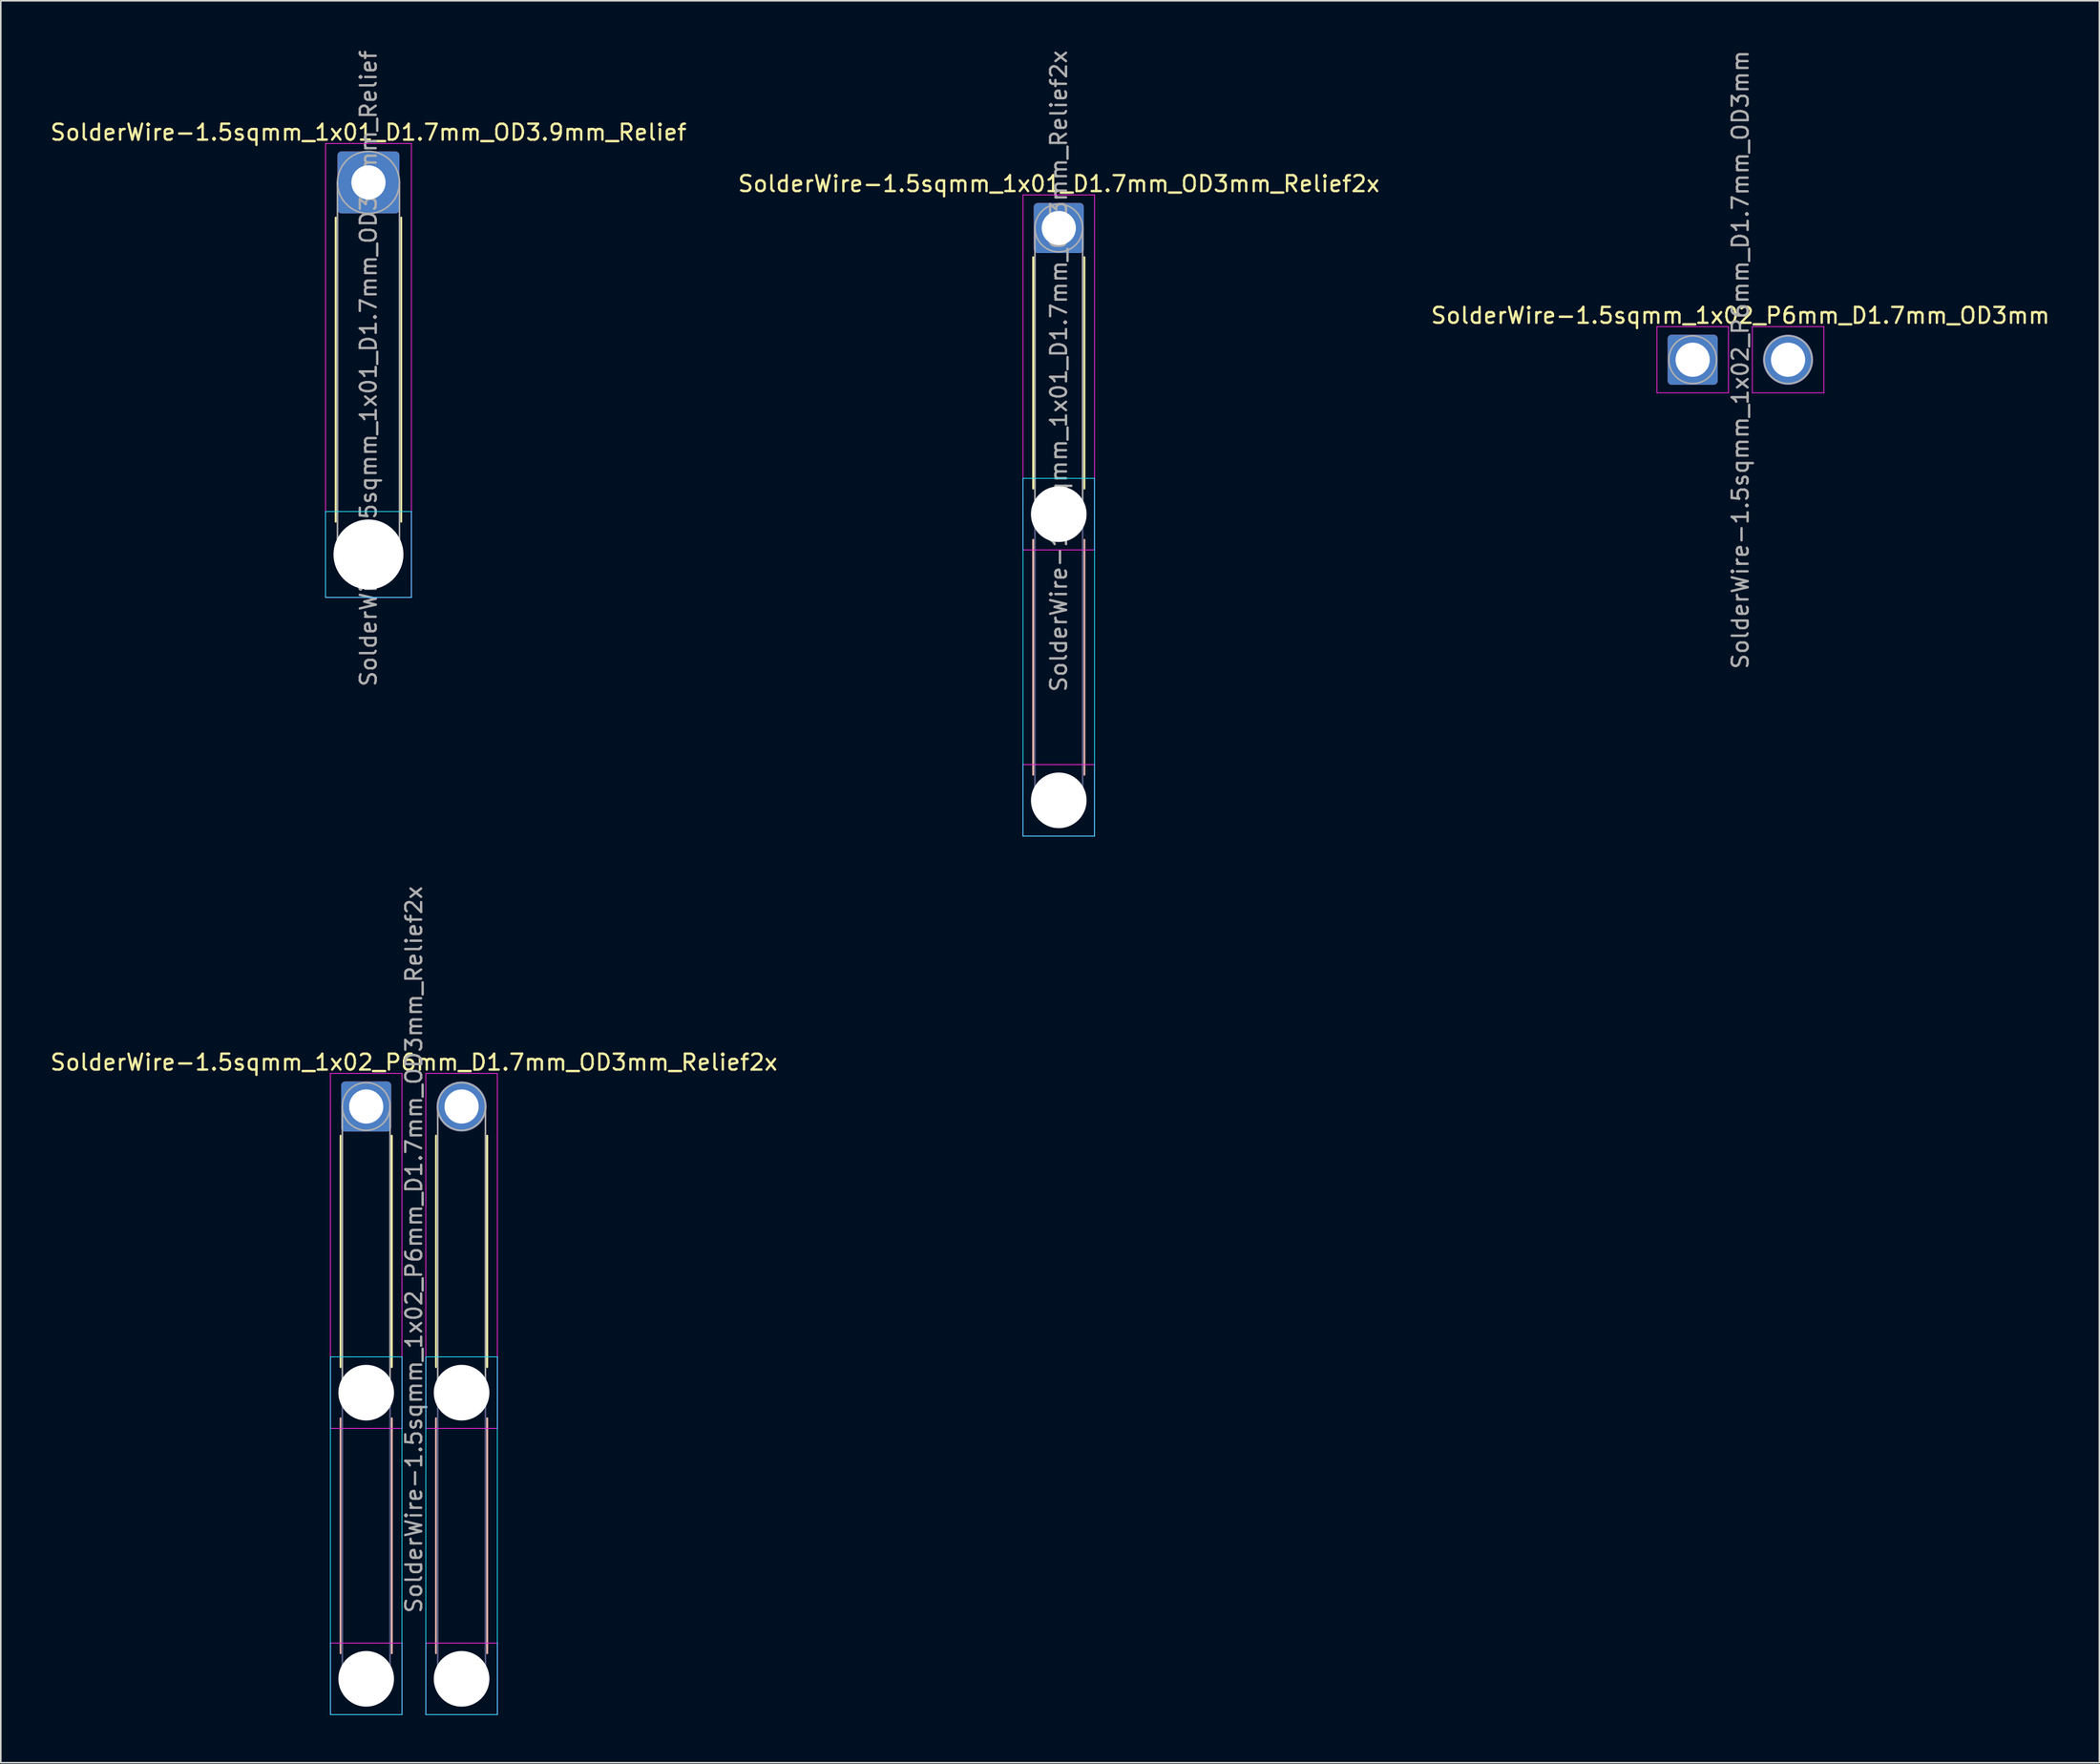
<source format=kicad_pcb>
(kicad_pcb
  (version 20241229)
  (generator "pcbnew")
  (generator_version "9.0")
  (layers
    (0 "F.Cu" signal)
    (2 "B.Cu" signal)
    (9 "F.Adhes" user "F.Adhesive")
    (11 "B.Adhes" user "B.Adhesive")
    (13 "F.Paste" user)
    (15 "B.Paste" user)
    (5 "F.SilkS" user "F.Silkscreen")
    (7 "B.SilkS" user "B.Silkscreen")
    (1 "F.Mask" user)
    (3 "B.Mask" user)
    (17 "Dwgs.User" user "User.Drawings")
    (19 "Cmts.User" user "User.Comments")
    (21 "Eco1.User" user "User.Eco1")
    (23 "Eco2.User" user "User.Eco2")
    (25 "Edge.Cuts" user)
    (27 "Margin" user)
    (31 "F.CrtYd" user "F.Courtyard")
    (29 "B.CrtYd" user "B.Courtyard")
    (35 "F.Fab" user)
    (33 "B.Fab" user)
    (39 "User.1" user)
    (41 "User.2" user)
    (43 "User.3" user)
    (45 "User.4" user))
  (footprint "SolderWire-1.5sqmm_1x02_P6mm_D1.7mm_OD3mm"
    (layer "F.Cu")
    (at 103.411 19.577)
    (property "Reference" "SolderWire-1.5sqmm_1x02_P6mm_D1.7mm_OD3mm" (at 3 -2.78 0) (layer "F.SilkS") (effects (font (size 1 1) (thickness 0.15))))
    (attr exclude_from_pos_files exclude_from_bom)
    (fp_line (start -2.25 -2.08) (end -2.25 2.08) (stroke (width 0.05) (type solid)) (layer "F.CrtYd"))
    (fp_line (start -2.25 2.08) (end 2.25 2.08) (stroke (width 0.05) (type solid)) (layer "F.CrtYd"))
    (fp_line (start 2.25 -2.08) (end -2.25 -2.08) (stroke (width 0.05) (type solid)) (layer "F.CrtYd"))
    (fp_line (start 2.25 2.08) (end 2.25 -2.08) (stroke (width 0.05) (type solid)) (layer "F.CrtYd"))
    (fp_line (start 3.75 -2.08) (end 3.75 2.08) (stroke (width 0.05) (type solid)) (layer "F.CrtYd"))
    (fp_line (start 3.75 2.08) (end 8.25 2.08) (stroke (width 0.05) (type solid)) (layer "F.CrtYd"))
    (fp_line (start 8.25 -2.08) (end 3.75 -2.08) (stroke (width 0.05) (type solid)) (layer "F.CrtYd"))
    (fp_line (start 8.25 2.08) (end 8.25 -2.08) (stroke (width 0.05) (type solid)) (layer "F.CrtYd"))
    (fp_circle (center 0 0) (end 1.5 0) (stroke (width 0.1) (type solid)) (fill no) (layer "F.Fab"))
    (fp_circle (center 6 0) (end 7.5 0) (stroke (width 0.1) (type solid)) (fill no) (layer "F.Fab"))
    (fp_text user "${REFERENCE}" (at 3 0 90) (layer "F.Fab") (effects (font (size 1 1) (thickness 0.15))))
    (pad "1" thru_hole roundrect (at 0 0) (size 3.15 3.15) (drill 2.15) (layers "*.Cu" "*.Mask") (roundrect_rratio 0.079))
    (pad "2" thru_hole circle (at 6 0) (size 3.15 3.15) (drill 2.15) (layers "*.Cu" "*.Mask")))
  (footprint "SolderWire-1.5sqmm_1x02_P6mm_D1.7mm_OD3mm_Relief2x"
    (layer "F.Cu")
    (at 19.982 66.549)
    (property "Reference" "SolderWire-1.5sqmm_1x02_P6mm_D1.7mm_OD3mm_Relief2x" (at 3 -2.78 0) (layer "F.SilkS") (effects (font (size 1 1) (thickness 0.15))))
    (attr exclude_from_pos_files exclude_from_bom)
    (fp_line (start -1.61 1.835) (end -1.61 16.39) (stroke (width 0.12) (type solid)) (layer "F.SilkS"))
    (fp_line (start 1.61 1.835) (end 1.61 16.39) (stroke (width 0.12) (type solid)) (layer "F.SilkS"))
    (fp_line (start 4.39 1.835) (end 4.39 16.39) (stroke (width 0.12) (type solid)) (layer "F.SilkS"))
    (fp_line (start 7.61 1.835) (end 7.61 16.39) (stroke (width 0.12) (type solid)) (layer "F.SilkS"))
    (fp_line (start -1.61 19.61) (end -1.61 34.39) (stroke (width 0.12) (type solid)) (layer "B.SilkS"))
    (fp_line (start 1.61 19.61) (end 1.61 34.39) (stroke (width 0.12) (type solid)) (layer "B.SilkS"))
    (fp_line (start 4.39 19.61) (end 4.39 34.39) (stroke (width 0.12) (type solid)) (layer "B.SilkS"))
    (fp_line (start 7.61 19.61) (end 7.61 34.39) (stroke (width 0.12) (type solid)) (layer "B.SilkS"))
    (fp_line (start -2.25 15.75) (end -2.25 38.25) (stroke (width 0.05) (type solid)) (layer "B.CrtYd"))
    (fp_line (start -2.25 38.25) (end 2.25 38.25) (stroke (width 0.05) (type solid)) (layer "B.CrtYd"))
    (fp_line (start 2.25 15.75) (end -2.25 15.75) (stroke (width 0.05) (type solid)) (layer "B.CrtYd"))
    (fp_line (start 2.25 38.25) (end 2.25 15.75) (stroke (width 0.05) (type solid)) (layer "B.CrtYd"))
    (fp_line (start 3.75 15.75) (end 3.75 38.25) (stroke (width 0.05) (type solid)) (layer "B.CrtYd"))
    (fp_line (start 3.75 38.25) (end 8.25 38.25) (stroke (width 0.05) (type solid)) (layer "B.CrtYd"))
    (fp_line (start 8.25 15.75) (end 3.75 15.75) (stroke (width 0.05) (type solid)) (layer "B.CrtYd"))
    (fp_line (start 8.25 38.25) (end 8.25 15.75) (stroke (width 0.05) (type solid)) (layer "B.CrtYd"))
    (fp_line (start -2.25 -2.08) (end -2.25 20.25) (stroke (width 0.05) (type solid)) (layer "F.CrtYd"))
    (fp_line (start -2.25 20.25) (end 2.25 20.25) (stroke (width 0.05) (type solid)) (layer "F.CrtYd"))
    (fp_line (start -2.25 33.75) (end -2.25 38.25) (stroke (width 0.05) (type solid)) (layer "F.CrtYd"))
    (fp_line (start -2.25 38.25) (end 2.25 38.25) (stroke (width 0.05) (type solid)) (layer "F.CrtYd"))
    (fp_line (start 2.25 -2.08) (end -2.25 -2.08) (stroke (width 0.05) (type solid)) (layer "F.CrtYd"))
    (fp_line (start 2.25 20.25) (end 2.25 -2.08) (stroke (width 0.05) (type solid)) (layer "F.CrtYd"))
    (fp_line (start 2.25 33.75) (end -2.25 33.75) (stroke (width 0.05) (type solid)) (layer "F.CrtYd"))
    (fp_line (start 2.25 38.25) (end 2.25 33.75) (stroke (width 0.05) (type solid)) (layer "F.CrtYd"))
    (fp_line (start 3.75 -2.08) (end 3.75 20.25) (stroke (width 0.05) (type solid)) (layer "F.CrtYd"))
    (fp_line (start 3.75 20.25) (end 8.25 20.25) (stroke (width 0.05) (type solid)) (layer "F.CrtYd"))
    (fp_line (start 3.75 33.75) (end 3.75 38.25) (stroke (width 0.05) (type solid)) (layer "F.CrtYd"))
    (fp_line (start 3.75 38.25) (end 8.25 38.25) (stroke (width 0.05) (type solid)) (layer "F.CrtYd"))
    (fp_line (start 8.25 -2.08) (end 3.75 -2.08) (stroke (width 0.05) (type solid)) (layer "F.CrtYd"))
    (fp_line (start 8.25 20.25) (end 8.25 -2.08) (stroke (width 0.05) (type solid)) (layer "F.CrtYd"))
    (fp_line (start 8.25 33.75) (end 3.75 33.75) (stroke (width 0.05) (type solid)) (layer "F.CrtYd"))
    (fp_line (start 8.25 38.25) (end 8.25 33.75) (stroke (width 0.05) (type solid)) (layer "F.CrtYd"))
    (fp_line (start -1.5 18) (end -1.5 36) (stroke (width 0.1) (type solid)) (layer "B.Fab"))
    (fp_line (start 1.5 18) (end 1.5 36) (stroke (width 0.1) (type solid)) (layer "B.Fab"))
    (fp_line (start 4.5 18) (end 4.5 36) (stroke (width 0.1) (type solid)) (layer "B.Fab"))
    (fp_line (start 7.5 18) (end 7.5 36) (stroke (width 0.1) (type solid)) (layer "B.Fab"))
    (fp_circle (center 0 18) (end 1.5 18) (stroke (width 0.1) (type solid)) (fill no) (layer "B.Fab"))
    (fp_circle (center 0 36) (end 1.5 36) (stroke (width 0.1) (type solid)) (fill no) (layer "B.Fab"))
    (fp_circle (center 6 18) (end 7.5 18) (stroke (width 0.1) (type solid)) (fill no) (layer "B.Fab"))
    (fp_circle (center 6 36) (end 7.5 36) (stroke (width 0.1) (type solid)) (fill no) (layer "B.Fab"))
    (fp_line (start -1.5 0) (end -1.5 18) (stroke (width 0.1) (type solid)) (layer "F.Fab"))
    (fp_line (start 1.5 0) (end 1.5 18) (stroke (width 0.1) (type solid)) (layer "F.Fab"))
    (fp_line (start 4.5 0) (end 4.5 18) (stroke (width 0.1) (type solid)) (layer "F.Fab"))
    (fp_line (start 7.5 0) (end 7.5 18) (stroke (width 0.1) (type solid)) (layer "F.Fab"))
    (fp_circle (center 0 0) (end 1.5 0) (stroke (width 0.1) (type solid)) (fill no) (layer "F.Fab"))
    (fp_circle (center 0 18) (end 1.5 18) (stroke (width 0.1) (type solid)) (fill no) (layer "F.Fab"))
    (fp_circle (center 0 36) (end 1.5 36) (stroke (width 0.1) (type solid)) (fill no) (layer "F.Fab"))
    (fp_circle (center 6 0) (end 7.5 0) (stroke (width 0.1) (type solid)) (fill no) (layer "F.Fab"))
    (fp_circle (center 6 18) (end 7.5 18) (stroke (width 0.1) (type solid)) (fill no) (layer "F.Fab"))
    (fp_circle (center 6 36) (end 7.5 36) (stroke (width 0.1) (type solid)) (fill no) (layer "F.Fab"))
    (fp_text user "${REFERENCE}" (at 3 9 90) (layer "F.Fab") (effects (font (size 1 1) (thickness 0.15))))
    (pad "" np_thru_hole circle (at 0 18) (size 3.5 3.5) (drill 3.5) (layers "*.Cu" "*.Mask"))
    (pad "" np_thru_hole circle (at 0 36) (size 3.5 3.5) (drill 3.5) (layers "*.Cu" "*.Mask"))
    (pad "" np_thru_hole circle (at 6 18) (size 3.5 3.5) (drill 3.5) (layers "*.Cu" "*.Mask"))
    (pad "" np_thru_hole circle (at 6 36) (size 3.5 3.5) (drill 3.5) (layers "*.Cu" "*.Mask"))
    (pad "1" thru_hole roundrect (at 0 0) (size 3.15 3.15) (drill 2.15) (layers "*.Cu" "*.Mask") (roundrect_rratio 0.079))
    (pad "2" thru_hole circle (at 6 0) (size 3.15 3.15) (drill 2.15) (layers "*.Cu" "*.Mask")))
  (footprint "SolderWire-1.5sqmm_1x01_D1.7mm_OD3mm_Relief2x"
    (layer "F.Cu")
    (at 63.542 11.292)
    (property "Reference" "SolderWire-1.5sqmm_1x01_D1.7mm_OD3mm_Relief2x" (at 0 -2.78 0) (layer "F.SilkS") (effects (font (size 1 1) (thickness 0.15))))
    (attr exclude_from_pos_files exclude_from_bom)
    (fp_line (start -1.61 1.835) (end -1.61 16.39) (stroke (width 0.12) (type solid)) (layer "F.SilkS"))
    (fp_line (start 1.61 1.835) (end 1.61 16.39) (stroke (width 0.12) (type solid)) (layer "F.SilkS"))
    (fp_line (start -1.61 19.61) (end -1.61 34.39) (stroke (width 0.12) (type solid)) (layer "B.SilkS"))
    (fp_line (start 1.61 19.61) (end 1.61 34.39) (stroke (width 0.12) (type solid)) (layer "B.SilkS"))
    (fp_line (start -2.25 15.75) (end -2.25 38.25) (stroke (width 0.05) (type solid)) (layer "B.CrtYd"))
    (fp_line (start -2.25 38.25) (end 2.25 38.25) (stroke (width 0.05) (type solid)) (layer "B.CrtYd"))
    (fp_line (start 2.25 15.75) (end -2.25 15.75) (stroke (width 0.05) (type solid)) (layer "B.CrtYd"))
    (fp_line (start 2.25 38.25) (end 2.25 15.75) (stroke (width 0.05) (type solid)) (layer "B.CrtYd"))
    (fp_line (start -2.25 -2.08) (end -2.25 20.25) (stroke (width 0.05) (type solid)) (layer "F.CrtYd"))
    (fp_line (start -2.25 20.25) (end 2.25 20.25) (stroke (width 0.05) (type solid)) (layer "F.CrtYd"))
    (fp_line (start -2.25 33.75) (end -2.25 38.25) (stroke (width 0.05) (type solid)) (layer "F.CrtYd"))
    (fp_line (start -2.25 38.25) (end 2.25 38.25) (stroke (width 0.05) (type solid)) (layer "F.CrtYd"))
    (fp_line (start 2.25 -2.08) (end -2.25 -2.08) (stroke (width 0.05) (type solid)) (layer "F.CrtYd"))
    (fp_line (start 2.25 20.25) (end 2.25 -2.08) (stroke (width 0.05) (type solid)) (layer "F.CrtYd"))
    (fp_line (start 2.25 33.75) (end -2.25 33.75) (stroke (width 0.05) (type solid)) (layer "F.CrtYd"))
    (fp_line (start 2.25 38.25) (end 2.25 33.75) (stroke (width 0.05) (type solid)) (layer "F.CrtYd"))
    (fp_line (start -1.5 18) (end -1.5 36) (stroke (width 0.1) (type solid)) (layer "B.Fab"))
    (fp_line (start 1.5 18) (end 1.5 36) (stroke (width 0.1) (type solid)) (layer "B.Fab"))
    (fp_circle (center 0 18) (end 1.5 18) (stroke (width 0.1) (type solid)) (fill no) (layer "B.Fab"))
    (fp_circle (center 0 36) (end 1.5 36) (stroke (width 0.1) (type solid)) (fill no) (layer "B.Fab"))
    (fp_line (start -1.5 0) (end -1.5 18) (stroke (width 0.1) (type solid)) (layer "F.Fab"))
    (fp_line (start 1.5 0) (end 1.5 18) (stroke (width 0.1) (type solid)) (layer "F.Fab"))
    (fp_circle (center 0 0) (end 1.5 0) (stroke (width 0.1) (type solid)) (fill no) (layer "F.Fab"))
    (fp_circle (center 0 18) (end 1.5 18) (stroke (width 0.1) (type solid)) (fill no) (layer "F.Fab"))
    (fp_circle (center 0 36) (end 1.5 36) (stroke (width 0.1) (type solid)) (fill no) (layer "F.Fab"))
    (fp_text user "${REFERENCE}" (at 0 9 90) (layer "F.Fab") (effects (font (size 1 1) (thickness 0.15))))
    (pad "" np_thru_hole circle (at 0 18) (size 3.5 3.5) (drill 3.5) (layers "*.Cu" "*.Mask"))
    (pad "" np_thru_hole circle (at 0 36) (size 3.5 3.5) (drill 3.5) (layers "*.Cu" "*.Mask"))
    (pad "1" thru_hole roundrect (at 0 0) (size 3.15 3.15) (drill 2.15) (layers "*.Cu" "*.Mask") (roundrect_rratio 0.079)))
  (footprint "SolderWire-1.5sqmm_1x01_D1.7mm_OD3.9mm_Relief"
    (layer "F.Cu")
    (at 20.125 8.425)
    (property "Reference" "SolderWire-1.5sqmm_1x01_D1.7mm_OD3.9mm_Relief" (at 0 -3.15 0) (layer "F.SilkS") (effects (font (size 1 1) (thickness 0.15))))
    (attr exclude_from_pos_files exclude_from_bom)
    (fp_line (start -2.06 2.21) (end -2.06 21.34) (stroke (width 0.12) (type solid)) (layer "F.SilkS"))
    (fp_line (start 2.06 2.21) (end 2.06 21.34) (stroke (width 0.12) (type solid)) (layer "F.SilkS"))
    (fp_line (start -2.7 20.7) (end -2.7 26.1) (stroke (width 0.05) (type solid)) (layer "B.CrtYd"))
    (fp_line (start -2.7 26.1) (end 2.7 26.1) (stroke (width 0.05) (type solid)) (layer "B.CrtYd"))
    (fp_line (start 2.7 20.7) (end -2.7 20.7) (stroke (width 0.05) (type solid)) (layer "B.CrtYd"))
    (fp_line (start 2.7 26.1) (end 2.7 20.7) (stroke (width 0.05) (type solid)) (layer "B.CrtYd"))
    (fp_line (start -2.7 -2.45) (end -2.7 26.1) (stroke (width 0.05) (type solid)) (layer "F.CrtYd"))
    (fp_line (start -2.7 26.1) (end 2.7 26.1) (stroke (width 0.05) (type solid)) (layer "F.CrtYd"))
    (fp_line (start 2.7 -2.45) (end -2.7 -2.45) (stroke (width 0.05) (type solid)) (layer "F.CrtYd"))
    (fp_line (start 2.7 26.1) (end 2.7 -2.45) (stroke (width 0.05) (type solid)) (layer "F.CrtYd"))
    (fp_line (start -1.95 0) (end -1.95 23.4) (stroke (width 0.1) (type solid)) (layer "F.Fab"))
    (fp_line (start 1.95 0) (end 1.95 23.4) (stroke (width 0.1) (type solid)) (layer "F.Fab"))
    (fp_circle (center 0 0) (end 1.95 0) (stroke (width 0.1) (type solid)) (fill no) (layer "F.Fab"))
    (fp_circle (center 0 23.4) (end 1.95 23.4) (stroke (width 0.1) (type solid)) (fill no) (layer "F.Fab"))
    (fp_text user "${REFERENCE}" (at 0 11.7 90) (layer "F.Fab") (effects (font (size 1 1) (thickness 0.15))))
    (pad "" np_thru_hole circle (at 0 23.4) (size 4.4 4.4) (drill 4.4) (layers "*.Cu" "*.Mask"))
    (pad "1" thru_hole roundrect (at 0 0) (size 3.9 3.9) (drill 2.15) (layers "*.Cu" "*.Mask") (roundrect_rratio 0.064)))
  (gr_rect
    (start -3 -3)
    (end 128.988 107.824)
    (stroke (width 0.1) (type default))
    (fill no)
    (layer "Edge.Cuts")))
</source>
